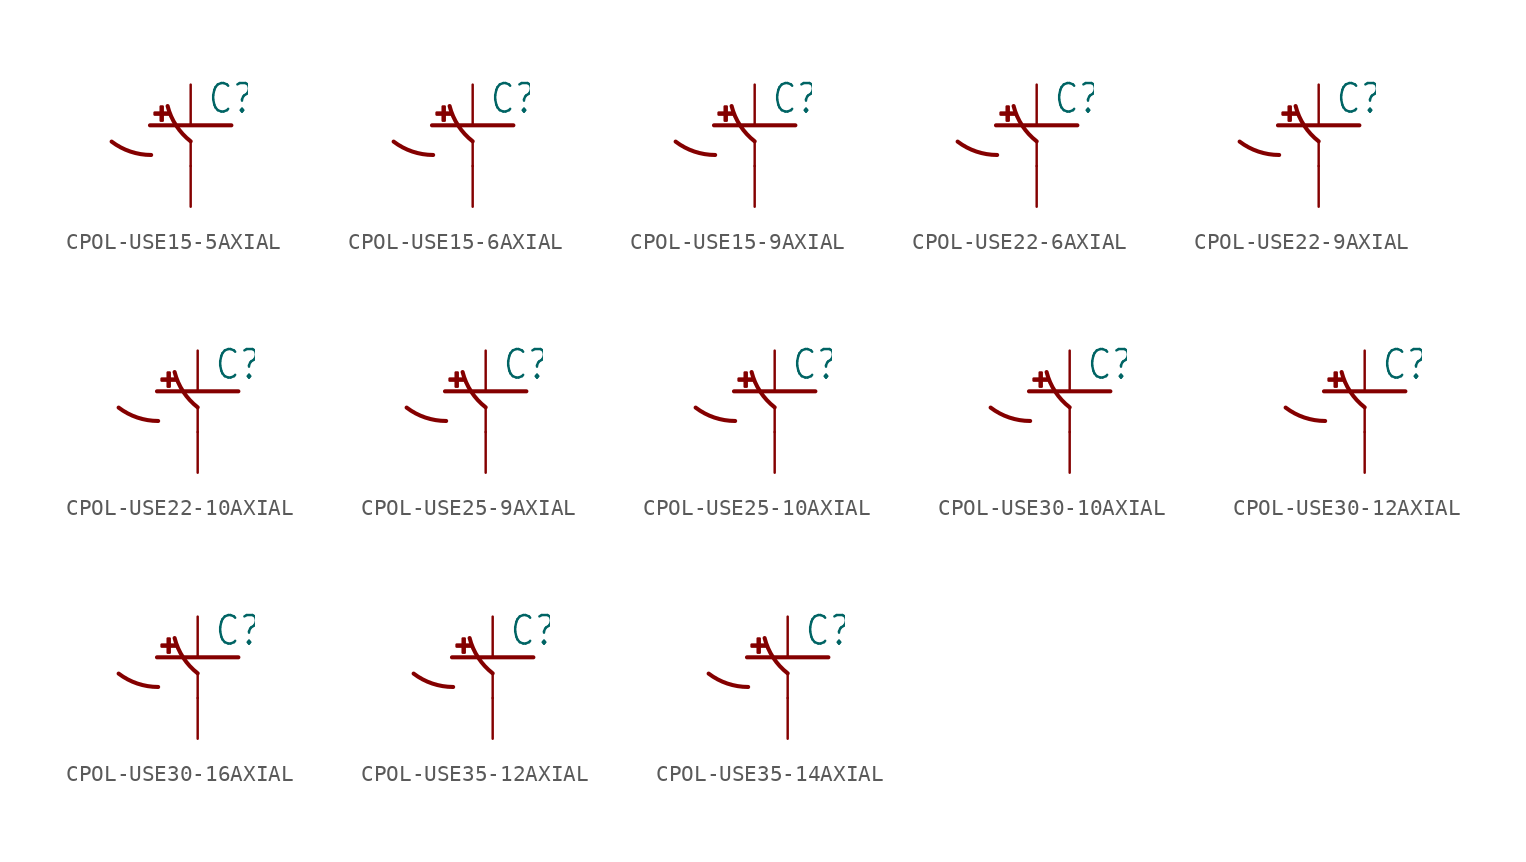
<source format=kicad_sym>
(kicad_symbol_lib
  (version 20241209)
  (generator "kicad_symbol_editor")
  (generator_version "9.0")
  (symbol "CPOL-USE15-5AXIAL"
    (property "Reference" "C"
      (at 1.016 0.635 0)
      (effects (font (size 1.778 1.511)) (justify left bottom)))
    (property "Value" ""
      (at 1.016 -4.191 0)
      (effects (font (size 1.778 1.511)) (justify left bottom)))
    (property "ki_locked" ""
      (at 0 0 0)
      (effects (font (size 1.27 1.27))))
    (symbol "CPOL-USE15-5AXIAL_1_0"
      (polyline (pts (xy -2.54 0) (xy 2.54 0)) (stroke (width 0.254) (type solid)) (fill (type none)))
      (arc (start -2.4669 -1.8504) (mid -3.7689 -1.6361) (end -4.9337 -1.0159) (stroke (width 0.254) (type solid)) (fill (type none)))
      (rectangle (start -2.253 0.668) (end -1.364 0.795) (stroke (width 0) (type default)) (fill (type outline)))
      (rectangle (start -1.872 0.287) (end -1.745 1.176) (stroke (width 0) (type default)) (fill (type outline)))
      (polyline (pts (xy 0 -1.016) (xy 0 -2.54)) (stroke (width 0.152) (type solid)) (fill (type none)))
      (arc (start 0 -1) (mid -0.9038 -0.0189) (end -1.4403 1.2025) (stroke (width 0.254) (type solid)) (fill (type none)))
      (pin passive line (at 0 2.54 270) (length 2.54) (name "+" (effects (font (size 0 0)))) (number "+" (effects (font (size 0 0)))))
      (pin passive line (at 0 -5.08 90) (length 2.54) (name "-" (effects (font (size 0 0)))) (number "-" (effects (font (size 0 0)))))))
  (symbol "CPOL-USE15-6AXIAL"
    (property "Reference" "C"
      (at 1.016 0.635 0)
      (effects (font (size 1.778 1.511)) (justify left bottom)))
    (property "Value" ""
      (at 1.016 -4.191 0)
      (effects (font (size 1.778 1.511)) (justify left bottom)))
    (property "ki_locked" ""
      (at 0 0 0)
      (effects (font (size 1.27 1.27))))
    (symbol "CPOL-USE15-6AXIAL_1_0"
      (polyline (pts (xy -2.54 0) (xy 2.54 0)) (stroke (width 0.254) (type solid)) (fill (type none)))
      (arc (start -2.4669 -1.8504) (mid -3.7689 -1.6361) (end -4.9337 -1.0159) (stroke (width 0.254) (type solid)) (fill (type none)))
      (rectangle (start -2.253 0.668) (end -1.364 0.795) (stroke (width 0) (type default)) (fill (type outline)))
      (rectangle (start -1.872 0.287) (end -1.745 1.176) (stroke (width 0) (type default)) (fill (type outline)))
      (polyline (pts (xy 0 -1.016) (xy 0 -2.54)) (stroke (width 0.152) (type solid)) (fill (type none)))
      (arc (start 0 -1) (mid -0.9038 -0.0189) (end -1.4403 1.2025) (stroke (width 0.254) (type solid)) (fill (type none)))
      (pin passive line (at 0 2.54 270) (length 2.54) (name "+" (effects (font (size 0 0)))) (number "+" (effects (font (size 0 0)))))
      (pin passive line (at 0 -5.08 90) (length 2.54) (name "-" (effects (font (size 0 0)))) (number "-" (effects (font (size 0 0)))))))
  (symbol "CPOL-USE15-9AXIAL"
    (property "Reference" "C"
      (at 1.016 0.635 0)
      (effects (font (size 1.778 1.511)) (justify left bottom)))
    (property "Value" ""
      (at 1.016 -4.191 0)
      (effects (font (size 1.778 1.511)) (justify left bottom)))
    (property "ki_locked" ""
      (at 0 0 0)
      (effects (font (size 1.27 1.27))))
    (symbol "CPOL-USE15-9AXIAL_1_0"
      (polyline (pts (xy -2.54 0) (xy 2.54 0)) (stroke (width 0.254) (type solid)) (fill (type none)))
      (arc (start -2.4669 -1.8504) (mid -3.7689 -1.6361) (end -4.9337 -1.0159) (stroke (width 0.254) (type solid)) (fill (type none)))
      (rectangle (start -2.253 0.668) (end -1.364 0.795) (stroke (width 0) (type default)) (fill (type outline)))
      (rectangle (start -1.872 0.287) (end -1.745 1.176) (stroke (width 0) (type default)) (fill (type outline)))
      (polyline (pts (xy 0 -1.016) (xy 0 -2.54)) (stroke (width 0.152) (type solid)) (fill (type none)))
      (arc (start 0 -1) (mid -0.9038 -0.0189) (end -1.4403 1.2025) (stroke (width 0.254) (type solid)) (fill (type none)))
      (pin passive line (at 0 2.54 270) (length 2.54) (name "+" (effects (font (size 0 0)))) (number "+" (effects (font (size 0 0)))))
      (pin passive line (at 0 -5.08 90) (length 2.54) (name "-" (effects (font (size 0 0)))) (number "-" (effects (font (size 0 0)))))))
  (symbol "CPOL-USE22-6AXIAL"
    (property "Reference" "C"
      (at 1.016 0.635 0)
      (effects (font (size 1.778 1.511)) (justify left bottom)))
    (property "Value" ""
      (at 1.016 -4.191 0)
      (effects (font (size 1.778 1.511)) (justify left bottom)))
    (property "ki_locked" ""
      (at 0 0 0)
      (effects (font (size 1.27 1.27))))
    (symbol "CPOL-USE22-6AXIAL_1_0"
      (polyline (pts (xy -2.54 0) (xy 2.54 0)) (stroke (width 0.254) (type solid)) (fill (type none)))
      (arc (start -2.4669 -1.8504) (mid -3.7689 -1.6361) (end -4.9337 -1.0159) (stroke (width 0.254) (type solid)) (fill (type none)))
      (rectangle (start -2.253 0.668) (end -1.364 0.795) (stroke (width 0) (type default)) (fill (type outline)))
      (rectangle (start -1.872 0.287) (end -1.745 1.176) (stroke (width 0) (type default)) (fill (type outline)))
      (polyline (pts (xy 0 -1.016) (xy 0 -2.54)) (stroke (width 0.152) (type solid)) (fill (type none)))
      (arc (start 0 -1) (mid -0.9038 -0.0189) (end -1.4403 1.2025) (stroke (width 0.254) (type solid)) (fill (type none)))
      (pin passive line (at 0 2.54 270) (length 2.54) (name "+" (effects (font (size 0 0)))) (number "+" (effects (font (size 0 0)))))
      (pin passive line (at 0 -5.08 90) (length 2.54) (name "-" (effects (font (size 0 0)))) (number "-" (effects (font (size 0 0)))))))
  (symbol "CPOL-USE22-9AXIAL"
    (property "Reference" "C"
      (at 1.016 0.635 0)
      (effects (font (size 1.778 1.511)) (justify left bottom)))
    (property "Value" ""
      (at 1.016 -4.191 0)
      (effects (font (size 1.778 1.511)) (justify left bottom)))
    (property "ki_locked" ""
      (at 0 0 0)
      (effects (font (size 1.27 1.27))))
    (symbol "CPOL-USE22-9AXIAL_1_0"
      (polyline (pts (xy -2.54 0) (xy 2.54 0)) (stroke (width 0.254) (type solid)) (fill (type none)))
      (arc (start -2.4669 -1.8504) (mid -3.7689 -1.6361) (end -4.9337 -1.0159) (stroke (width 0.254) (type solid)) (fill (type none)))
      (rectangle (start -2.253 0.668) (end -1.364 0.795) (stroke (width 0) (type default)) (fill (type outline)))
      (rectangle (start -1.872 0.287) (end -1.745 1.176) (stroke (width 0) (type default)) (fill (type outline)))
      (polyline (pts (xy 0 -1.016) (xy 0 -2.54)) (stroke (width 0.152) (type solid)) (fill (type none)))
      (arc (start 0 -1) (mid -0.9038 -0.0189) (end -1.4403 1.2025) (stroke (width 0.254) (type solid)) (fill (type none)))
      (pin passive line (at 0 2.54 270) (length 2.54) (name "+" (effects (font (size 0 0)))) (number "+" (effects (font (size 0 0)))))
      (pin passive line (at 0 -5.08 90) (length 2.54) (name "-" (effects (font (size 0 0)))) (number "-" (effects (font (size 0 0)))))))
  (symbol "CPOL-USE22-10AXIAL"
    (property "Reference" "C"
      (at 1.016 0.635 0)
      (effects (font (size 1.778 1.511)) (justify left bottom)))
    (property "Value" ""
      (at 1.016 -4.191 0)
      (effects (font (size 1.778 1.511)) (justify left bottom)))
    (property "ki_locked" ""
      (at 0 0 0)
      (effects (font (size 1.27 1.27))))
    (symbol "CPOL-USE22-10AXIAL_1_0"
      (polyline (pts (xy -2.54 0) (xy 2.54 0)) (stroke (width 0.254) (type solid)) (fill (type none)))
      (arc (start -2.4669 -1.8504) (mid -3.7689 -1.6361) (end -4.9337 -1.0159) (stroke (width 0.254) (type solid)) (fill (type none)))
      (rectangle (start -2.253 0.668) (end -1.364 0.795) (stroke (width 0) (type default)) (fill (type outline)))
      (rectangle (start -1.872 0.287) (end -1.745 1.176) (stroke (width 0) (type default)) (fill (type outline)))
      (polyline (pts (xy 0 -1.016) (xy 0 -2.54)) (stroke (width 0.152) (type solid)) (fill (type none)))
      (arc (start 0 -1) (mid -0.9038 -0.0189) (end -1.4403 1.2025) (stroke (width 0.254) (type solid)) (fill (type none)))
      (pin passive line (at 0 2.54 270) (length 2.54) (name "+" (effects (font (size 0 0)))) (number "+" (effects (font (size 0 0)))))
      (pin passive line (at 0 -5.08 90) (length 2.54) (name "-" (effects (font (size 0 0)))) (number "-" (effects (font (size 0 0)))))))
  (symbol "CPOL-USE25-9AXIAL"
    (property "Reference" "C"
      (at 1.016 0.635 0)
      (effects (font (size 1.778 1.511)) (justify left bottom)))
    (property "Value" ""
      (at 1.016 -4.191 0)
      (effects (font (size 1.778 1.511)) (justify left bottom)))
    (property "ki_locked" ""
      (at 0 0 0)
      (effects (font (size 1.27 1.27))))
    (symbol "CPOL-USE25-9AXIAL_1_0"
      (polyline (pts (xy -2.54 0) (xy 2.54 0)) (stroke (width 0.254) (type solid)) (fill (type none)))
      (arc (start -2.4669 -1.8504) (mid -3.7689 -1.6361) (end -4.9337 -1.0159) (stroke (width 0.254) (type solid)) (fill (type none)))
      (rectangle (start -2.253 0.668) (end -1.364 0.795) (stroke (width 0) (type default)) (fill (type outline)))
      (rectangle (start -1.872 0.287) (end -1.745 1.176) (stroke (width 0) (type default)) (fill (type outline)))
      (polyline (pts (xy 0 -1.016) (xy 0 -2.54)) (stroke (width 0.152) (type solid)) (fill (type none)))
      (arc (start 0 -1) (mid -0.9038 -0.0189) (end -1.4403 1.2025) (stroke (width 0.254) (type solid)) (fill (type none)))
      (pin passive line (at 0 2.54 270) (length 2.54) (name "+" (effects (font (size 0 0)))) (number "+" (effects (font (size 0 0)))))
      (pin passive line (at 0 -5.08 90) (length 2.54) (name "-" (effects (font (size 0 0)))) (number "-" (effects (font (size 0 0)))))))
  (symbol "CPOL-USE25-10AXIAL"
    (property "Reference" "C"
      (at 1.016 0.635 0)
      (effects (font (size 1.778 1.511)) (justify left bottom)))
    (property "Value" ""
      (at 1.016 -4.191 0)
      (effects (font (size 1.778 1.511)) (justify left bottom)))
    (property "ki_locked" ""
      (at 0 0 0)
      (effects (font (size 1.27 1.27))))
    (symbol "CPOL-USE25-10AXIAL_1_0"
      (polyline (pts (xy -2.54 0) (xy 2.54 0)) (stroke (width 0.254) (type solid)) (fill (type none)))
      (arc (start -2.4669 -1.8504) (mid -3.7689 -1.6361) (end -4.9337 -1.0159) (stroke (width 0.254) (type solid)) (fill (type none)))
      (rectangle (start -2.253 0.668) (end -1.364 0.795) (stroke (width 0) (type default)) (fill (type outline)))
      (rectangle (start -1.872 0.287) (end -1.745 1.176) (stroke (width 0) (type default)) (fill (type outline)))
      (polyline (pts (xy 0 -1.016) (xy 0 -2.54)) (stroke (width 0.152) (type solid)) (fill (type none)))
      (arc (start 0 -1) (mid -0.9038 -0.0189) (end -1.4403 1.2025) (stroke (width 0.254) (type solid)) (fill (type none)))
      (pin passive line (at 0 2.54 270) (length 2.54) (name "+" (effects (font (size 0 0)))) (number "+" (effects (font (size 0 0)))))
      (pin passive line (at 0 -5.08 90) (length 2.54) (name "-" (effects (font (size 0 0)))) (number "-" (effects (font (size 0 0)))))))
  (symbol "CPOL-USE30-10AXIAL"
    (property "Reference" "C"
      (at 1.016 0.635 0)
      (effects (font (size 1.778 1.511)) (justify left bottom)))
    (property "Value" ""
      (at 1.016 -4.191 0)
      (effects (font (size 1.778 1.511)) (justify left bottom)))
    (property "ki_locked" ""
      (at 0 0 0)
      (effects (font (size 1.27 1.27))))
    (symbol "CPOL-USE30-10AXIAL_1_0"
      (polyline (pts (xy -2.54 0) (xy 2.54 0)) (stroke (width 0.254) (type solid)) (fill (type none)))
      (arc (start -2.4669 -1.8504) (mid -3.7689 -1.6361) (end -4.9337 -1.0159) (stroke (width 0.254) (type solid)) (fill (type none)))
      (rectangle (start -2.253 0.668) (end -1.364 0.795) (stroke (width 0) (type default)) (fill (type outline)))
      (rectangle (start -1.872 0.287) (end -1.745 1.176) (stroke (width 0) (type default)) (fill (type outline)))
      (polyline (pts (xy 0 -1.016) (xy 0 -2.54)) (stroke (width 0.152) (type solid)) (fill (type none)))
      (arc (start 0 -1) (mid -0.9038 -0.0189) (end -1.4403 1.2025) (stroke (width 0.254) (type solid)) (fill (type none)))
      (pin passive line (at 0 2.54 270) (length 2.54) (name "+" (effects (font (size 0 0)))) (number "+" (effects (font (size 0 0)))))
      (pin passive line (at 0 -5.08 90) (length 2.54) (name "-" (effects (font (size 0 0)))) (number "-" (effects (font (size 0 0)))))))
  (symbol "CPOL-USE30-12AXIAL"
    (property "Reference" "C"
      (at 1.016 0.635 0)
      (effects (font (size 1.778 1.511)) (justify left bottom)))
    (property "Value" ""
      (at 1.016 -4.191 0)
      (effects (font (size 1.778 1.511)) (justify left bottom)))
    (property "ki_locked" ""
      (at 0 0 0)
      (effects (font (size 1.27 1.27))))
    (symbol "CPOL-USE30-12AXIAL_1_0"
      (polyline (pts (xy -2.54 0) (xy 2.54 0)) (stroke (width 0.254) (type solid)) (fill (type none)))
      (arc (start -2.4669 -1.8504) (mid -3.7689 -1.6361) (end -4.9337 -1.0159) (stroke (width 0.254) (type solid)) (fill (type none)))
      (rectangle (start -2.253 0.668) (end -1.364 0.795) (stroke (width 0) (type default)) (fill (type outline)))
      (rectangle (start -1.872 0.287) (end -1.745 1.176) (stroke (width 0) (type default)) (fill (type outline)))
      (polyline (pts (xy 0 -1.016) (xy 0 -2.54)) (stroke (width 0.152) (type solid)) (fill (type none)))
      (arc (start 0 -1) (mid -0.9038 -0.0189) (end -1.4403 1.2025) (stroke (width 0.254) (type solid)) (fill (type none)))
      (pin passive line (at 0 2.54 270) (length 2.54) (name "+" (effects (font (size 0 0)))) (number "+" (effects (font (size 0 0)))))
      (pin passive line (at 0 -5.08 90) (length 2.54) (name "-" (effects (font (size 0 0)))) (number "-" (effects (font (size 0 0)))))))
  (symbol "CPOL-USE30-16AXIAL"
    (property "Reference" "C"
      (at 1.016 0.635 0)
      (effects (font (size 1.778 1.511)) (justify left bottom)))
    (property "Value" ""
      (at 1.016 -4.191 0)
      (effects (font (size 1.778 1.511)) (justify left bottom)))
    (property "ki_locked" ""
      (at 0 0 0)
      (effects (font (size 1.27 1.27))))
    (symbol "CPOL-USE30-16AXIAL_1_0"
      (polyline (pts (xy -2.54 0) (xy 2.54 0)) (stroke (width 0.254) (type solid)) (fill (type none)))
      (arc (start -2.4669 -1.8504) (mid -3.7689 -1.6361) (end -4.9337 -1.0159) (stroke (width 0.254) (type solid)) (fill (type none)))
      (rectangle (start -2.253 0.668) (end -1.364 0.795) (stroke (width 0) (type default)) (fill (type outline)))
      (rectangle (start -1.872 0.287) (end -1.745 1.176) (stroke (width 0) (type default)) (fill (type outline)))
      (polyline (pts (xy 0 -1.016) (xy 0 -2.54)) (stroke (width 0.152) (type solid)) (fill (type none)))
      (arc (start 0 -1) (mid -0.9038 -0.0189) (end -1.4403 1.2025) (stroke (width 0.254) (type solid)) (fill (type none)))
      (pin passive line (at 0 2.54 270) (length 2.54) (name "+" (effects (font (size 0 0)))) (number "+" (effects (font (size 0 0)))))
      (pin passive line (at 0 -5.08 90) (length 2.54) (name "-" (effects (font (size 0 0)))) (number "-" (effects (font (size 0 0)))))))
  (symbol "CPOL-USE35-12AXIAL"
    (property "Reference" "C"
      (at 1.016 0.635 0)
      (effects (font (size 1.778 1.511)) (justify left bottom)))
    (property "Value" ""
      (at 1.016 -4.191 0)
      (effects (font (size 1.778 1.511)) (justify left bottom)))
    (property "ki_locked" ""
      (at 0 0 0)
      (effects (font (size 1.27 1.27))))
    (symbol "CPOL-USE35-12AXIAL_1_0"
      (polyline (pts (xy -2.54 0) (xy 2.54 0)) (stroke (width 0.254) (type solid)) (fill (type none)))
      (arc (start -2.4669 -1.8504) (mid -3.7689 -1.6361) (end -4.9337 -1.0159) (stroke (width 0.254) (type solid)) (fill (type none)))
      (rectangle (start -2.253 0.668) (end -1.364 0.795) (stroke (width 0) (type default)) (fill (type outline)))
      (rectangle (start -1.872 0.287) (end -1.745 1.176) (stroke (width 0) (type default)) (fill (type outline)))
      (polyline (pts (xy 0 -1.016) (xy 0 -2.54)) (stroke (width 0.152) (type solid)) (fill (type none)))
      (arc (start 0 -1) (mid -0.9038 -0.0189) (end -1.4403 1.2025) (stroke (width 0.254) (type solid)) (fill (type none)))
      (pin passive line (at 0 2.54 270) (length 2.54) (name "+" (effects (font (size 0 0)))) (number "+" (effects (font (size 0 0)))))
      (pin passive line (at 0 -5.08 90) (length 2.54) (name "-" (effects (font (size 0 0)))) (number "-" (effects (font (size 0 0)))))))
  (symbol "CPOL-USE35-14AXIAL"
    (property "Reference" "C"
      (at 1.016 0.635 0)
      (effects (font (size 1.778 1.511)) (justify left bottom)))
    (property "Value" ""
      (at 1.016 -4.191 0)
      (effects (font (size 1.778 1.511)) (justify left bottom)))
    (property "ki_locked" ""
      (at 0 0 0)
      (effects (font (size 1.27 1.27))))
    (symbol "CPOL-USE35-14AXIAL_1_0"
      (polyline (pts (xy -2.54 0) (xy 2.54 0)) (stroke (width 0.254) (type solid)) (fill (type none)))
      (arc (start -2.4669 -1.8504) (mid -3.7689 -1.6361) (end -4.9337 -1.0159) (stroke (width 0.254) (type solid)) (fill (type none)))
      (rectangle (start -2.253 0.668) (end -1.364 0.795) (stroke (width 0) (type default)) (fill (type outline)))
      (rectangle (start -1.872 0.287) (end -1.745 1.176) (stroke (width 0) (type default)) (fill (type outline)))
      (polyline (pts (xy 0 -1.016) (xy 0 -2.54)) (stroke (width 0.152) (type solid)) (fill (type none)))
      (arc (start 0 -1) (mid -0.9038 -0.0189) (end -1.4403 1.2025) (stroke (width 0.254) (type solid)) (fill (type none)))
      (pin passive line (at 0 2.54 270) (length 2.54) (name "+" (effects (font (size 0 0)))) (number "+" (effects (font (size 0 0)))))
      (pin passive line (at 0 -5.08 90) (length 2.54) (name "-" (effects (font (size 0 0)))) (number "-" (effects (font (size 0 0))))))))
</source>
